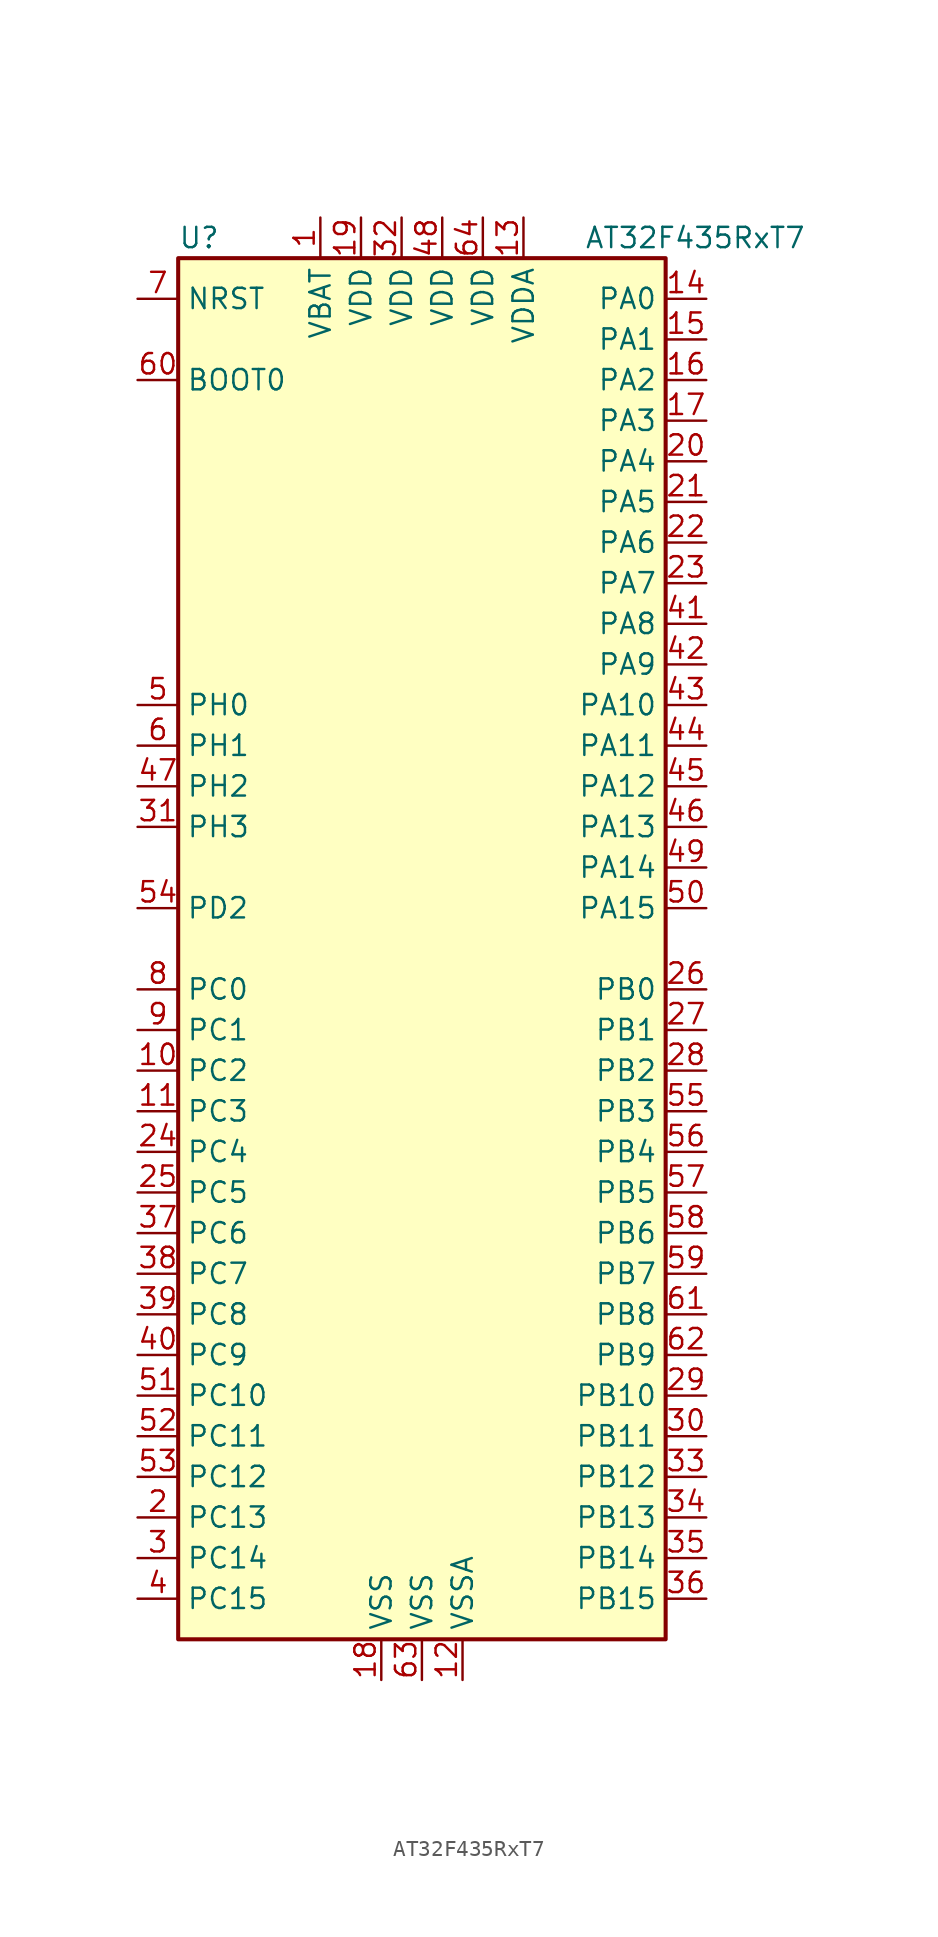
<source format=kicad_sym>
(kicad_symbol_lib
  (version 20220331)
  (generator kicad_symbol_editor)
  (symbol "AT32F435RxT7"
    (property "Reference" "U"
      (at -15.24 44.45 0)
      (effects (font (size 1.27 1.27)) (justify left)))
    (property "Value" "AT32F435RxT7"
      (at 10.16 44.45 0)
      (effects (font (size 1.27 1.27)) (justify left)))
    (symbol "AT32F435RxT7_0_1"
      (rectangle (start -15.24 43.18) (end 15.24 -43.18) (stroke (width 0.254) (type default)) (fill (type background))))
    (symbol "AT32F435RxT7_1_1"
      (pin power_in line (at -6.35 45.72 270) (length 2.54) (name "VBAT" (effects (font (size 1.27 1.27)))) (number "1" (effects (font (size 1.27 1.27)))))
      (pin bidirectional line (at -17.78 -7.62 0) (length 2.54) (name "PC2" (effects (font (size 1.27 1.27)))) (number "10" (effects (font (size 1.27 1.27)))))
      (pin bidirectional line (at -17.78 -10.16 0) (length 2.54) (name "PC3" (effects (font (size 1.27 1.27)))) (number "11" (effects (font (size 1.27 1.27)))))
      (pin power_in line (at 2.54 -45.72 90) (length 2.54) (name "VSSA" (effects (font (size 1.27 1.27)))) (number "12" (effects (font (size 1.27 1.27)))))
      (pin power_in line (at 6.35 45.72 270) (length 2.54) (name "VDDA" (effects (font (size 1.27 1.27)))) (number "13" (effects (font (size 1.27 1.27)))))
      (pin bidirectional line (at 17.78 40.64 180) (length 2.54) (name "PA0" (effects (font (size 1.27 1.27)))) (number "14" (effects (font (size 1.27 1.27)))))
      (pin bidirectional line (at 17.78 38.1 180) (length 2.54) (name "PA1" (effects (font (size 1.27 1.27)))) (number "15" (effects (font (size 1.27 1.27)))))
      (pin bidirectional line (at 17.78 35.56 180) (length 2.54) (name "PA2" (effects (font (size 1.27 1.27)))) (number "16" (effects (font (size 1.27 1.27)))))
      (pin bidirectional line (at 17.78 33.02 180) (length 2.54) (name "PA3" (effects (font (size 1.27 1.27)))) (number "17" (effects (font (size 1.27 1.27)))))
      (pin power_in line (at -2.54 -45.72 90) (length 2.54) (name "VSS" (effects (font (size 1.27 1.27)))) (number "18" (effects (font (size 1.27 1.27)))))
      (pin power_in line (at -3.81 45.72 270) (length 2.54) (name "VDD" (effects (font (size 1.27 1.27)))) (number "19" (effects (font (size 1.27 1.27)))))
      (pin bidirectional line (at -17.78 -35.56 0) (length 2.54) (name "PC13" (effects (font (size 1.27 1.27)))) (number "2" (effects (font (size 1.27 1.27)))))
      (pin bidirectional line (at 17.78 30.48 180) (length 2.54) (name "PA4" (effects (font (size 1.27 1.27)))) (number "20" (effects (font (size 1.27 1.27)))))
      (pin bidirectional line (at 17.78 27.94 180) (length 2.54) (name "PA5" (effects (font (size 1.27 1.27)))) (number "21" (effects (font (size 1.27 1.27)))))
      (pin bidirectional line (at 17.78 25.4 180) (length 2.54) (name "PA6" (effects (font (size 1.27 1.27)))) (number "22" (effects (font (size 1.27 1.27)))))
      (pin bidirectional line (at 17.78 22.86 180) (length 2.54) (name "PA7" (effects (font (size 1.27 1.27)))) (number "23" (effects (font (size 1.27 1.27)))))
      (pin bidirectional line (at -17.78 -12.7 0) (length 2.54) (name "PC4" (effects (font (size 1.27 1.27)))) (number "24" (effects (font (size 1.27 1.27)))))
      (pin bidirectional line (at -17.78 -15.24 0) (length 2.54) (name "PC5" (effects (font (size 1.27 1.27)))) (number "25" (effects (font (size 1.27 1.27)))))
      (pin bidirectional line (at 17.78 -2.54 180) (length 2.54) (name "PB0" (effects (font (size 1.27 1.27)))) (number "26" (effects (font (size 1.27 1.27)))))
      (pin bidirectional line (at 17.78 -5.08 180) (length 2.54) (name "PB1" (effects (font (size 1.27 1.27)))) (number "27" (effects (font (size 1.27 1.27)))))
      (pin bidirectional line (at 17.78 -7.62 180) (length 2.54) (name "PB2" (effects (font (size 1.27 1.27)))) (number "28" (effects (font (size 1.27 1.27)))))
      (pin bidirectional line (at 17.78 -27.94 180) (length 2.54) (name "PB10" (effects (font (size 1.27 1.27)))) (number "29" (effects (font (size 1.27 1.27)))))
      (pin bidirectional line (at -17.78 -38.1 0) (length 2.54) (name "PC14" (effects (font (size 1.27 1.27)))) (number "3" (effects (font (size 1.27 1.27)))))
      (pin bidirectional line (at 17.78 -30.48 180) (length 2.54) (name "PB11" (effects (font (size 1.27 1.27)))) (number "30" (effects (font (size 1.27 1.27)))))
      (pin bidirectional line (at -17.78 7.62 0) (length 2.54) (name "PH3" (effects (font (size 1.27 1.27)))) (number "31" (effects (font (size 1.27 1.27)))))
      (pin power_in line (at -1.27 45.72 270) (length 2.54) (name "VDD" (effects (font (size 1.27 1.27)))) (number "32" (effects (font (size 1.27 1.27)))))
      (pin bidirectional line (at 17.78 -33.02 180) (length 2.54) (name "PB12" (effects (font (size 1.27 1.27)))) (number "33" (effects (font (size 1.27 1.27)))))
      (pin bidirectional line (at 17.78 -35.56 180) (length 2.54) (name "PB13" (effects (font (size 1.27 1.27)))) (number "34" (effects (font (size 1.27 1.27)))))
      (pin bidirectional line (at 17.78 -38.1 180) (length 2.54) (name "PB14" (effects (font (size 1.27 1.27)))) (number "35" (effects (font (size 1.27 1.27)))))
      (pin bidirectional line (at 17.78 -40.64 180) (length 2.54) (name "PB15" (effects (font (size 1.27 1.27)))) (number "36" (effects (font (size 1.27 1.27)))))
      (pin bidirectional line (at -17.78 -17.78 0) (length 2.54) (name "PC6" (effects (font (size 1.27 1.27)))) (number "37" (effects (font (size 1.27 1.27)))))
      (pin bidirectional line (at -17.78 -20.32 0) (length 2.54) (name "PC7" (effects (font (size 1.27 1.27)))) (number "38" (effects (font (size 1.27 1.27)))))
      (pin bidirectional line (at -17.78 -22.86 0) (length 2.54) (name "PC8" (effects (font (size 1.27 1.27)))) (number "39" (effects (font (size 1.27 1.27)))))
      (pin bidirectional line (at -17.78 -40.64 0) (length 2.54) (name "PC15" (effects (font (size 1.27 1.27)))) (number "4" (effects (font (size 1.27 1.27)))))
      (pin bidirectional line (at -17.78 -25.4 0) (length 2.54) (name "PC9" (effects (font (size 1.27 1.27)))) (number "40" (effects (font (size 1.27 1.27)))))
      (pin bidirectional line (at 17.78 20.32 180) (length 2.54) (name "PA8" (effects (font (size 1.27 1.27)))) (number "41" (effects (font (size 1.27 1.27)))))
      (pin bidirectional line (at 17.78 17.78 180) (length 2.54) (name "PA9" (effects (font (size 1.27 1.27)))) (number "42" (effects (font (size 1.27 1.27)))))
      (pin bidirectional line (at 17.78 15.24 180) (length 2.54) (name "PA10" (effects (font (size 1.27 1.27)))) (number "43" (effects (font (size 1.27 1.27)))))
      (pin bidirectional line (at 17.78 12.7 180) (length 2.54) (name "PA11" (effects (font (size 1.27 1.27)))) (number "44" (effects (font (size 1.27 1.27)))))
      (pin bidirectional line (at 17.78 10.16 180) (length 2.54) (name "PA12" (effects (font (size 1.27 1.27)))) (number "45" (effects (font (size 1.27 1.27)))))
      (pin bidirectional line (at 17.78 7.62 180) (length 2.54) (name "PA13" (effects (font (size 1.27 1.27)))) (number "46" (effects (font (size 1.27 1.27)))))
      (pin bidirectional line (at -17.78 10.16 0) (length 2.54) (name "PH2" (effects (font (size 1.27 1.27)))) (number "47" (effects (font (size 1.27 1.27)))))
      (pin power_in line (at 1.27 45.72 270) (length 2.54) (name "VDD" (effects (font (size 1.27 1.27)))) (number "48" (effects (font (size 1.27 1.27)))))
      (pin bidirectional line (at 17.78 5.08 180) (length 2.54) (name "PA14" (effects (font (size 1.27 1.27)))) (number "49" (effects (font (size 1.27 1.27)))))
      (pin input line (at -17.78 15.24 0) (length 2.54) (name "PH0" (effects (font (size 1.27 1.27)))) (number "5" (effects (font (size 1.27 1.27)))))
      (pin bidirectional line (at 17.78 2.54 180) (length 2.54) (name "PA15" (effects (font (size 1.27 1.27)))) (number "50" (effects (font (size 1.27 1.27)))))
      (pin bidirectional line (at -17.78 -27.94 0) (length 2.54) (name "PC10" (effects (font (size 1.27 1.27)))) (number "51" (effects (font (size 1.27 1.27)))))
      (pin bidirectional line (at -17.78 -30.48 0) (length 2.54) (name "PC11" (effects (font (size 1.27 1.27)))) (number "52" (effects (font (size 1.27 1.27)))))
      (pin bidirectional line (at -17.78 -33.02 0) (length 2.54) (name "PC12" (effects (font (size 1.27 1.27)))) (number "53" (effects (font (size 1.27 1.27)))))
      (pin bidirectional line (at -17.78 2.54 0) (length 2.54) (name "PD2" (effects (font (size 1.27 1.27)))) (number "54" (effects (font (size 1.27 1.27)))))
      (pin bidirectional line (at 17.78 -10.16 180) (length 2.54) (name "PB3" (effects (font (size 1.27 1.27)))) (number "55" (effects (font (size 1.27 1.27)))))
      (pin bidirectional line (at 17.78 -12.7 180) (length 2.54) (name "PB4" (effects (font (size 1.27 1.27)))) (number "56" (effects (font (size 1.27 1.27)))))
      (pin bidirectional line (at 17.78 -15.24 180) (length 2.54) (name "PB5" (effects (font (size 1.27 1.27)))) (number "57" (effects (font (size 1.27 1.27)))))
      (pin bidirectional line (at 17.78 -17.78 180) (length 2.54) (name "PB6" (effects (font (size 1.27 1.27)))) (number "58" (effects (font (size 1.27 1.27)))))
      (pin bidirectional line (at 17.78 -20.32 180) (length 2.54) (name "PB7" (effects (font (size 1.27 1.27)))) (number "59" (effects (font (size 1.27 1.27)))))
      (pin input line (at -17.78 12.7 0) (length 2.54) (name "PH1" (effects (font (size 1.27 1.27)))) (number "6" (effects (font (size 1.27 1.27)))))
      (pin input line (at -17.78 35.56 0) (length 2.54) (name "BOOT0" (effects (font (size 1.27 1.27)))) (number "60" (effects (font (size 1.27 1.27)))))
      (pin bidirectional line (at 17.78 -22.86 180) (length 2.54) (name "PB8" (effects (font (size 1.27 1.27)))) (number "61" (effects (font (size 1.27 1.27)))))
      (pin bidirectional line (at 17.78 -25.4 180) (length 2.54) (name "PB9" (effects (font (size 1.27 1.27)))) (number "62" (effects (font (size 1.27 1.27)))))
      (pin power_in line (at 0 -45.72 90) (length 2.54) (name "VSS" (effects (font (size 1.27 1.27)))) (number "63" (effects (font (size 1.27 1.27)))))
      (pin power_in line (at 3.81 45.72 270) (length 2.54) (name "VDD" (effects (font (size 1.27 1.27)))) (number "64" (effects (font (size 1.27 1.27)))))
      (pin input line (at -17.78 40.64 0) (length 2.54) (name "NRST" (effects (font (size 1.27 1.27)))) (number "7" (effects (font (size 1.27 1.27)))))
      (pin bidirectional line (at -17.78 -2.54 0) (length 2.54) (name "PC0" (effects (font (size 1.27 1.27)))) (number "8" (effects (font (size 1.27 1.27)))))
      (pin bidirectional line (at -17.78 -5.08 0) (length 2.54) (name "PC1" (effects (font (size 1.27 1.27)))) (number "9" (effects (font (size 1.27 1.27))))))))
</source>
